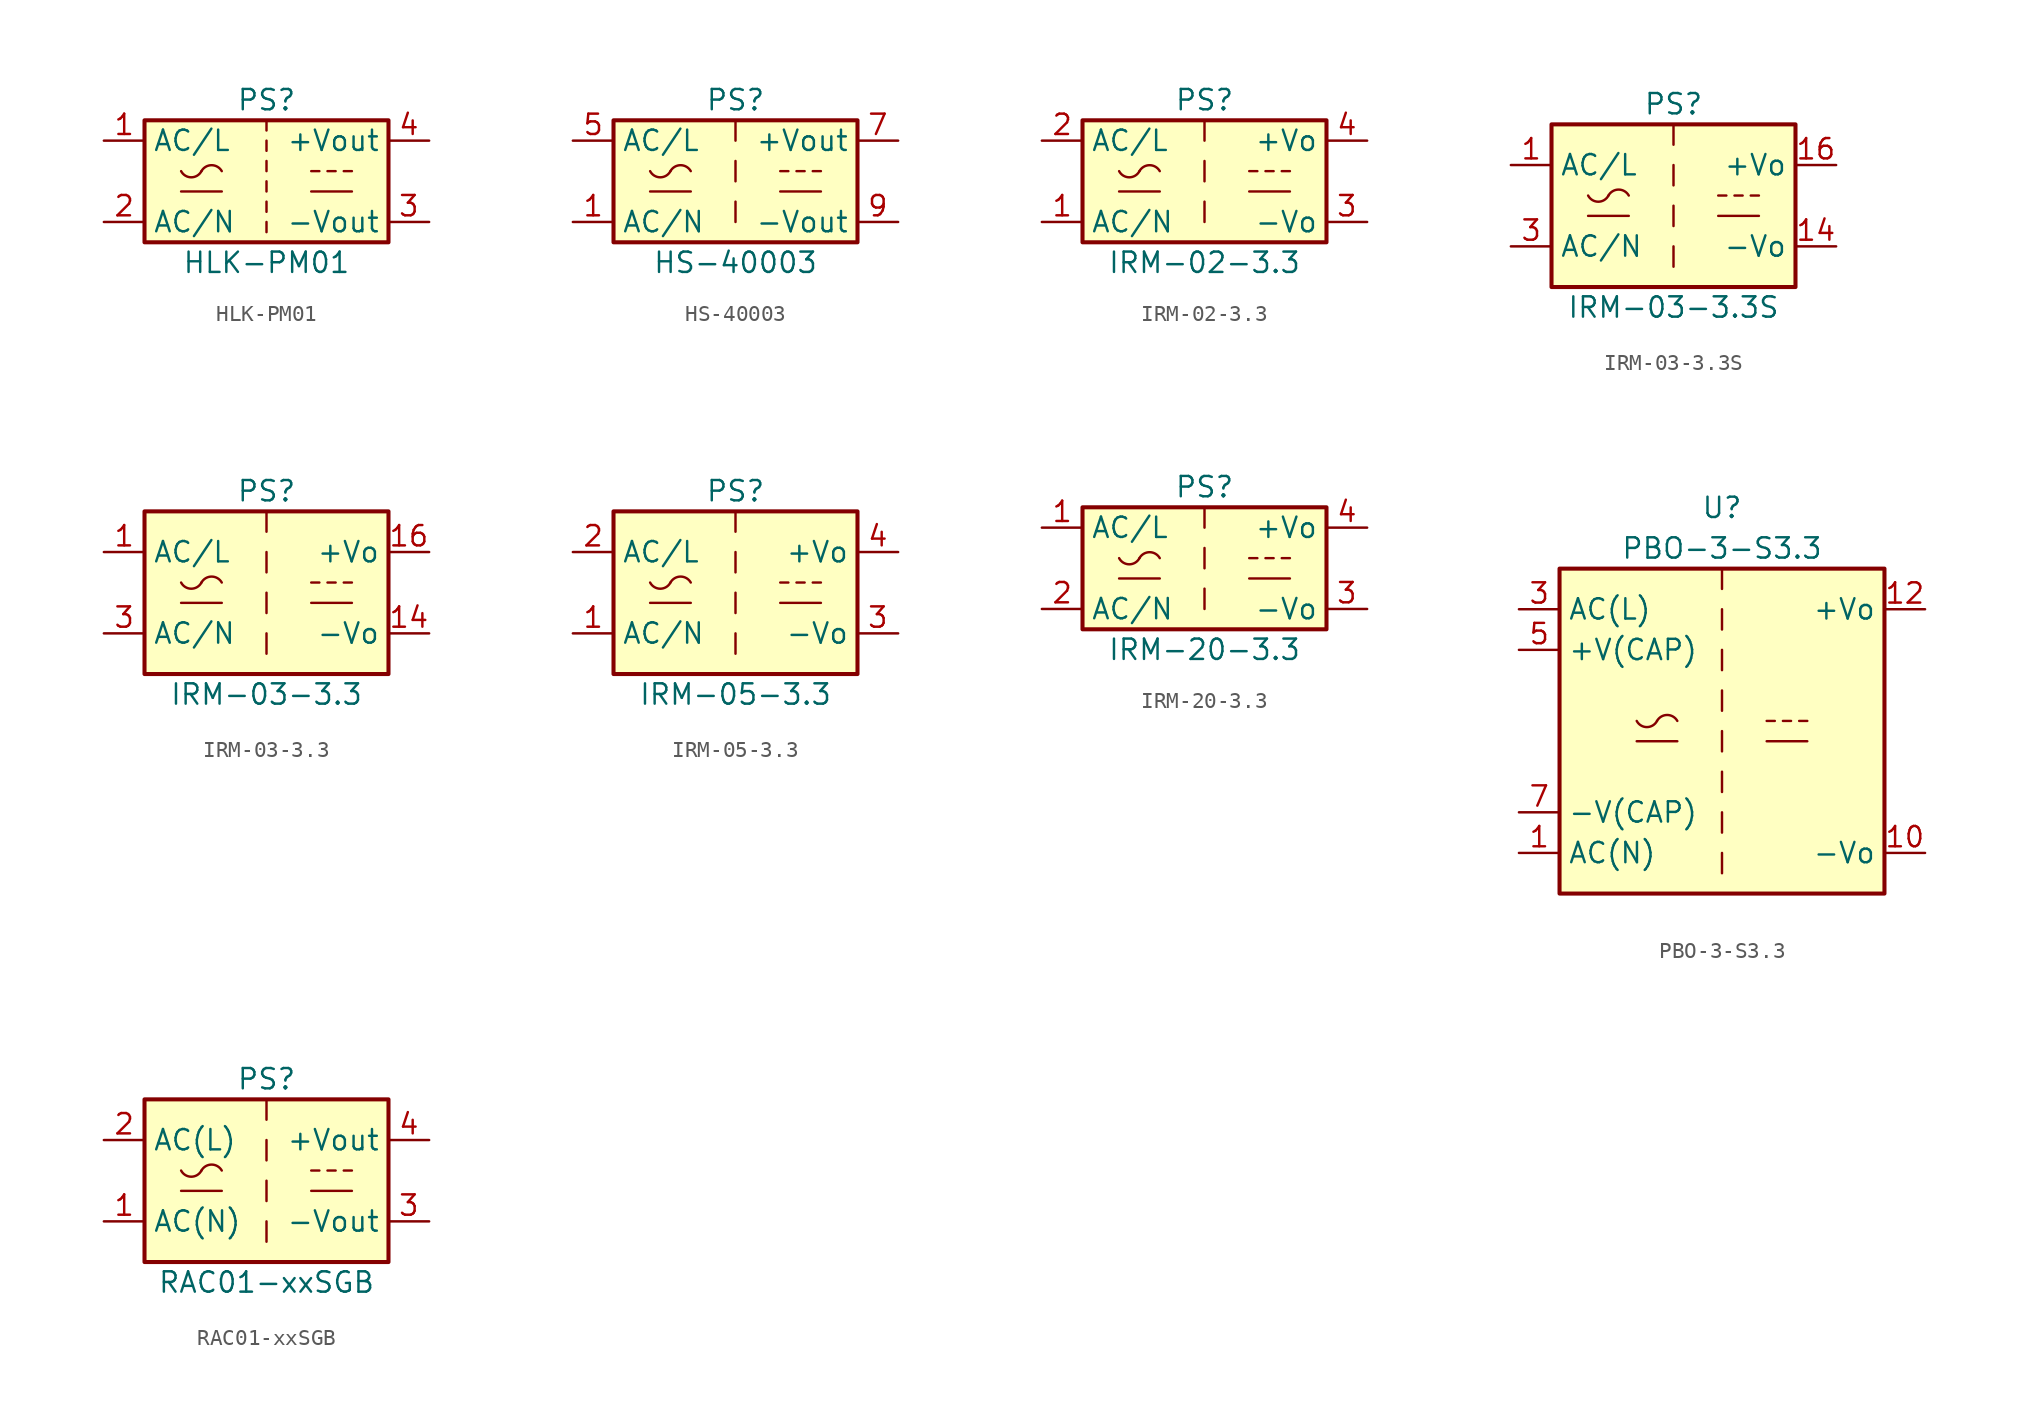
<source format=kicad_sym>
(kicad_symbol_lib
  (version 20201005)
  (generator kicad_symbol_editor)
  (symbol "Converter_ACDC:HLK-PM01"
    (property "Reference" "PS"
      (at 0 5.08 0)
      (effects (font (size 1.27 1.27))))
    (property "Value" "HLK-PM01"
      (at 0 -5.08 0)
      (effects (font (size 1.27 1.27))))
    (symbol "HLK-PM01_0_1"
      (arc (start -5.334 0.635) (end -4.064 0.635) (radius (at -4.699 0.9652) (length 0.7112) (angles -152.5 -27.5)) (stroke (width 0)) (fill (type none)))
      (arc (start -2.794 0.635) (end -4.064 0.635) (radius (at -3.429 0.2794) (length 0.7366) (angles 29.2 150.8)) (stroke (width 0)) (fill (type none)))
      (rectangle (start -7.62 3.81) (end 7.62 -3.81) (stroke (width 0.254)) (fill (type background)))
      (polyline (pts (xy -5.334 -0.635) (xy -2.794 -0.635)) (stroke (width 0)) (fill (type none)))
      (polyline (pts (xy 0 -2.54) (xy 0 -3.175)) (stroke (width 0)) (fill (type none)))
      (polyline (pts (xy 0 -1.27) (xy 0 -1.905)) (stroke (width 0)) (fill (type none)))
      (polyline (pts (xy 0 0) (xy 0 -0.635)) (stroke (width 0)) (fill (type none)))
      (polyline (pts (xy 0 1.27) (xy 0 0.635)) (stroke (width 0)) (fill (type none)))
      (polyline (pts (xy 0 2.54) (xy 0 1.905)) (stroke (width 0)) (fill (type none)))
      (polyline (pts (xy 0 3.81) (xy 0 3.175)) (stroke (width 0)) (fill (type none)))
      (polyline (pts (xy 2.794 -0.635) (xy 5.334 -0.635)) (stroke (width 0)) (fill (type none)))
      (polyline (pts (xy 2.794 0.635) (xy 3.302 0.635)) (stroke (width 0)) (fill (type none)))
      (polyline (pts (xy 3.81 0.635) (xy 4.318 0.635)) (stroke (width 0)) (fill (type none)))
      (polyline (pts (xy 4.826 0.635) (xy 5.334 0.635)) (stroke (width 0)) (fill (type none))))
    (symbol "HLK-PM01_1_1"
      (pin power_in line (at -10.16 2.54 0) (length 2.54) (name "AC/L" (effects (font (size 1.27 1.27)))) (number "1" (effects (font (size 1.27 1.27)))))
      (pin power_in line (at -10.16 -2.54 0) (length 2.54) (name "AC/N" (effects (font (size 1.27 1.27)))) (number "2" (effects (font (size 1.27 1.27)))))
      (pin power_out line (at 10.16 -2.54 180) (length 2.54) (name "-Vout" (effects (font (size 1.27 1.27)))) (number "3" (effects (font (size 1.27 1.27)))))
      (pin power_out line (at 10.16 2.54 180) (length 2.54) (name "+Vout" (effects (font (size 1.27 1.27)))) (number "4" (effects (font (size 1.27 1.27)))))))
  (symbol "Converter_ACDC:HS-40003"
    (property "Reference" "PS"
      (at 0 5.08 0)
      (effects (font (size 1.27 1.27))))
    (property "Value" "HS-40003"
      (at 0 -5.08 0)
      (effects (font (size 1.27 1.27))))
    (symbol "HS-40003_0_1"
      (arc (start -5.334 0.635) (end -4.064 0.635) (radius (at -4.699 0.9652) (length 0.7112) (angles -152.5 -27.5)) (stroke (width 0)) (fill (type none)))
      (arc (start -2.794 0.635) (end -4.064 0.635) (radius (at -3.429 0.2794) (length 0.7366) (angles 29.2 150.8)) (stroke (width 0)) (fill (type none)))
      (rectangle (start -7.62 3.81) (end 7.62 -3.81) (stroke (width 0.254)) (fill (type background)))
      (polyline (pts (xy -5.334 -0.635) (xy -2.794 -0.635)) (stroke (width 0)) (fill (type none)))
      (polyline (pts (xy 2.794 -0.635) (xy 5.334 -0.635)) (stroke (width 0)) (fill (type none)))
      (polyline (pts (xy 2.794 0.635) (xy 3.302 0.635)) (stroke (width 0)) (fill (type none)))
      (polyline (pts (xy 3.81 0.635) (xy 4.318 0.635)) (stroke (width 0)) (fill (type none)))
      (polyline (pts (xy 4.826 0.635) (xy 5.334 0.635)) (stroke (width 0)) (fill (type none))))
    (symbol "HS-40003_1_1"
      (polyline (pts (xy 0 -1.27) (xy 0 -2.54)) (stroke (width 0)) (fill (type none)))
      (polyline (pts (xy 0 1.27) (xy 0 0)) (stroke (width 0)) (fill (type none)))
      (polyline (pts (xy 0 3.81) (xy 0 2.54)) (stroke (width 0)) (fill (type none)))
      (pin power_in line (at -10.16 -2.54 0) (length 2.54) (name "AC/N" (effects (font (size 1.27 1.27)))) (number "1" (effects (font (size 1.27 1.27)))))
      (pin power_in line (at -10.16 2.54 0) (length 2.54) (name "AC/L" (effects (font (size 1.27 1.27)))) (number "5" (effects (font (size 1.27 1.27)))))
      (pin power_out line (at 10.16 2.54 180) (length 2.54) (name "+Vout" (effects (font (size 1.27 1.27)))) (number "7" (effects (font (size 1.27 1.27)))))
      (pin power_out line (at 10.16 -2.54 180) (length 2.54) (name "-Vout" (effects (font (size 1.27 1.27)))) (number "9" (effects (font (size 1.27 1.27)))))))
  (symbol "Converter_ACDC:IRM-02-3.3"
    (property "Reference" "PS"
      (at 0 5.08 0)
      (effects (font (size 1.27 1.27))))
    (property "Value" "IRM-02-3.3"
      (at 0 -5.08 0)
      (effects (font (size 1.27 1.27))))
    (symbol "IRM-02-3.3_0_1"
      (arc (start -5.334 0.635) (end -4.064 0.635) (radius (at -4.699 0.9652) (length 0.7112) (angles -152.5 -27.5)) (stroke (width 0)) (fill (type none)))
      (arc (start -2.794 0.635) (end -4.064 0.635) (radius (at -3.429 0.2794) (length 0.7366) (angles 29.2 150.8)) (stroke (width 0)) (fill (type none)))
      (rectangle (start -7.62 3.81) (end 7.62 -3.81) (stroke (width 0.254)) (fill (type background)))
      (polyline (pts (xy -5.334 -0.635) (xy -2.794 -0.635)) (stroke (width 0)) (fill (type none)))
      (polyline (pts (xy 2.794 -0.635) (xy 5.334 -0.635)) (stroke (width 0)) (fill (type none)))
      (polyline (pts (xy 2.794 0.635) (xy 3.302 0.635)) (stroke (width 0)) (fill (type none)))
      (polyline (pts (xy 3.81 0.635) (xy 4.318 0.635)) (stroke (width 0)) (fill (type none)))
      (polyline (pts (xy 4.826 0.635) (xy 5.334 0.635)) (stroke (width 0)) (fill (type none))))
    (symbol "IRM-02-3.3_1_1"
      (polyline (pts (xy 0 -1.27) (xy 0 -2.54)) (stroke (width 0)) (fill (type none)))
      (polyline (pts (xy 0 1.27) (xy 0 0)) (stroke (width 0)) (fill (type none)))
      (polyline (pts (xy 0 3.81) (xy 0 2.54)) (stroke (width 0)) (fill (type none)))
      (pin power_in line (at -10.16 -2.54 0) (length 2.54) (name "AC/N" (effects (font (size 1.27 1.27)))) (number "1" (effects (font (size 1.27 1.27)))))
      (pin power_in line (at -10.16 2.54 0) (length 2.54) (name "AC/L" (effects (font (size 1.27 1.27)))) (number "2" (effects (font (size 1.27 1.27)))))
      (pin power_out line (at 10.16 -2.54 180) (length 2.54) (name "-Vo" (effects (font (size 1.27 1.27)))) (number "3" (effects (font (size 1.27 1.27)))))
      (pin power_out line (at 10.16 2.54 180) (length 2.54) (name "+Vo" (effects (font (size 1.27 1.27)))) (number "4" (effects (font (size 1.27 1.27)))))))
  (symbol "Converter_ACDC:IRM-03-3.3S"
    (property "Reference" "PS"
      (at 0 6.35 0)
      (effects (font (size 1.27 1.27))))
    (property "Value" "IRM-03-3.3S"
      (at 0 -6.35 0)
      (effects (font (size 1.27 1.27))))
    (symbol "IRM-03-3.3S_0_1"
      (arc (start -5.334 0.635) (end -4.064 0.635) (radius (at -4.699 0.9652) (length 0.7112) (angles -152.5 -27.5)) (stroke (width 0)) (fill (type none)))
      (arc (start -2.794 0.635) (end -4.064 0.635) (radius (at -3.429 0.2794) (length 0.7366) (angles 29.2 150.8)) (stroke (width 0)) (fill (type none)))
      (rectangle (start -7.62 5.08) (end 7.62 -5.08) (stroke (width 0.254)) (fill (type background)))
      (polyline (pts (xy -5.334 -0.635) (xy -2.794 -0.635)) (stroke (width 0)) (fill (type none)))
      (polyline (pts (xy 0 -2.54) (xy 0 -3.81)) (stroke (width 0)) (fill (type none)))
      (polyline (pts (xy 0 0) (xy 0 -1.27)) (stroke (width 0)) (fill (type none)))
      (polyline (pts (xy 0 2.54) (xy 0 1.27)) (stroke (width 0)) (fill (type none)))
      (polyline (pts (xy 0 5.08) (xy 0 3.81)) (stroke (width 0)) (fill (type none)))
      (polyline (pts (xy 2.794 -0.635) (xy 5.334 -0.635)) (stroke (width 0)) (fill (type none)))
      (polyline (pts (xy 2.794 0.635) (xy 3.302 0.635)) (stroke (width 0)) (fill (type none)))
      (polyline (pts (xy 3.81 0.635) (xy 4.318 0.635)) (stroke (width 0)) (fill (type none)))
      (polyline (pts (xy 4.826 0.635) (xy 5.334 0.635)) (stroke (width 0)) (fill (type none))))
    (symbol "IRM-03-3.3S_1_1"
      (pin power_in line (at -10.16 2.54 0) (length 2.54) (name "AC/L" (effects (font (size 1.27 1.27)))) (number "1" (effects (font (size 1.27 1.27)))))
      (pin power_out line (at 10.16 -2.54 180) (length 2.54) (name "-Vo" (effects (font (size 1.27 1.27)))) (number "14" (effects (font (size 1.27 1.27)))))
      (pin power_out line (at 10.16 2.54 180) (length 2.54) (name "+Vo" (effects (font (size 1.27 1.27)))) (number "16" (effects (font (size 1.27 1.27)))))
      (pin power_in line (at -10.16 -2.54 0) (length 2.54) (name "AC/N" (effects (font (size 1.27 1.27)))) (number "3" (effects (font (size 1.27 1.27)))))))
  (symbol "Converter_ACDC:IRM-03-3.3"
    (property "Reference" "PS"
      (at 0 6.35 0)
      (effects (font (size 1.27 1.27))))
    (property "Value" "IRM-03-3.3"
      (at 0 -6.35 0)
      (effects (font (size 1.27 1.27))))
    (symbol "IRM-03-3.3_0_1"
      (arc (start -5.334 0.635) (end -4.064 0.635) (radius (at -4.699 0.9652) (length 0.7112) (angles -152.5 -27.5)) (stroke (width 0)) (fill (type none)))
      (arc (start -2.794 0.635) (end -4.064 0.635) (radius (at -3.429 0.2794) (length 0.7366) (angles 29.2 150.8)) (stroke (width 0)) (fill (type none)))
      (rectangle (start -7.62 5.08) (end 7.62 -5.08) (stroke (width 0.254)) (fill (type background)))
      (polyline (pts (xy -5.334 -0.635) (xy -2.794 -0.635)) (stroke (width 0)) (fill (type none)))
      (polyline (pts (xy 0 -2.54) (xy 0 -3.81)) (stroke (width 0)) (fill (type none)))
      (polyline (pts (xy 0 0) (xy 0 -1.27)) (stroke (width 0)) (fill (type none)))
      (polyline (pts (xy 0 2.54) (xy 0 1.27)) (stroke (width 0)) (fill (type none)))
      (polyline (pts (xy 0 5.08) (xy 0 3.81)) (stroke (width 0)) (fill (type none)))
      (polyline (pts (xy 2.794 -0.635) (xy 5.334 -0.635)) (stroke (width 0)) (fill (type none)))
      (polyline (pts (xy 2.794 0.635) (xy 3.302 0.635)) (stroke (width 0)) (fill (type none)))
      (polyline (pts (xy 3.81 0.635) (xy 4.318 0.635)) (stroke (width 0)) (fill (type none)))
      (polyline (pts (xy 4.826 0.635) (xy 5.334 0.635)) (stroke (width 0)) (fill (type none))))
    (symbol "IRM-03-3.3_1_1"
      (pin power_in line (at -10.16 2.54 0) (length 2.54) (name "AC/L" (effects (font (size 1.27 1.27)))) (number "1" (effects (font (size 1.27 1.27)))))
      (pin power_out line (at 10.16 -2.54 180) (length 2.54) (name "-Vo" (effects (font (size 1.27 1.27)))) (number "14" (effects (font (size 1.27 1.27)))))
      (pin power_out line (at 10.16 2.54 180) (length 2.54) (name "+Vo" (effects (font (size 1.27 1.27)))) (number "16" (effects (font (size 1.27 1.27)))))
      (pin power_in line (at -10.16 -2.54 0) (length 2.54) (name "AC/N" (effects (font (size 1.27 1.27)))) (number "3" (effects (font (size 1.27 1.27)))))
      (pin no_connect line (at -7.62 0 0) (length 2.54) hide (name "NC" (effects (font (size 1.27 1.27)))) (number "5" (effects (font (size 1.27 1.27)))))))
  (symbol "Converter_ACDC:IRM-05-3.3"
    (property "Reference" "PS"
      (at 0 6.35 0)
      (effects (font (size 1.27 1.27))))
    (property "Value" "IRM-05-3.3"
      (at 0 -6.35 0)
      (effects (font (size 1.27 1.27))))
    (symbol "IRM-05-3.3_0_1"
      (arc (start -5.334 0.635) (end -4.064 0.635) (radius (at -4.699 0.9652) (length 0.7112) (angles -152.5 -27.5)) (stroke (width 0)) (fill (type none)))
      (arc (start -2.794 0.635) (end -4.064 0.635) (radius (at -3.429 0.2794) (length 0.7366) (angles 29.2 150.8)) (stroke (width 0)) (fill (type none)))
      (rectangle (start -7.62 5.08) (end 7.62 -5.08) (stroke (width 0.254)) (fill (type background)))
      (polyline (pts (xy -5.334 -0.635) (xy -2.794 -0.635)) (stroke (width 0)) (fill (type none)))
      (polyline (pts (xy 0 -2.54) (xy 0 -3.81)) (stroke (width 0)) (fill (type none)))
      (polyline (pts (xy 0 0) (xy 0 -1.27)) (stroke (width 0)) (fill (type none)))
      (polyline (pts (xy 0 2.54) (xy 0 1.27)) (stroke (width 0)) (fill (type none)))
      (polyline (pts (xy 0 5.08) (xy 0 3.81)) (stroke (width 0)) (fill (type none)))
      (polyline (pts (xy 2.794 -0.635) (xy 5.334 -0.635)) (stroke (width 0)) (fill (type none)))
      (polyline (pts (xy 2.794 0.635) (xy 3.302 0.635)) (stroke (width 0)) (fill (type none)))
      (polyline (pts (xy 3.81 0.635) (xy 4.318 0.635)) (stroke (width 0)) (fill (type none)))
      (polyline (pts (xy 4.826 0.635) (xy 5.334 0.635)) (stroke (width 0)) (fill (type none))))
    (symbol "IRM-05-3.3_1_1"
      (pin power_in line (at -10.16 -2.54 0) (length 2.54) (name "AC/N" (effects (font (size 1.27 1.27)))) (number "1" (effects (font (size 1.27 1.27)))))
      (pin power_in line (at -10.16 2.54 0) (length 2.54) (name "AC/L" (effects (font (size 1.27 1.27)))) (number "2" (effects (font (size 1.27 1.27)))))
      (pin power_out line (at 10.16 -2.54 180) (length 2.54) (name "-Vo" (effects (font (size 1.27 1.27)))) (number "3" (effects (font (size 1.27 1.27)))))
      (pin power_out line (at 10.16 2.54 180) (length 2.54) (name "+Vo" (effects (font (size 1.27 1.27)))) (number "4" (effects (font (size 1.27 1.27)))))))
  (symbol "Converter_ACDC:IRM-20-3.3"
    (property "Reference" "PS"
      (at 0 5.08 0)
      (effects (font (size 1.27 1.27))))
    (property "Value" "IRM-20-3.3"
      (at 0 -5.08 0)
      (effects (font (size 1.27 1.27))))
    (symbol "IRM-20-3.3_0_1"
      (arc (start -5.334 0.635) (end -4.064 0.635) (radius (at -4.699 0.9652) (length 0.7112) (angles -152.5 -27.5)) (stroke (width 0)) (fill (type none)))
      (arc (start -2.794 0.635) (end -4.064 0.635) (radius (at -3.429 0.2794) (length 0.7366) (angles 29.2 150.8)) (stroke (width 0)) (fill (type none)))
      (rectangle (start -7.62 3.81) (end 7.62 -3.81) (stroke (width 0.254)) (fill (type background)))
      (polyline (pts (xy -5.334 -0.635) (xy -2.794 -0.635)) (stroke (width 0)) (fill (type none)))
      (polyline (pts (xy 0 -1.27) (xy 0 -2.54)) (stroke (width 0)) (fill (type none)))
      (polyline (pts (xy 0 1.27) (xy 0 0)) (stroke (width 0)) (fill (type none)))
      (polyline (pts (xy 0 3.81) (xy 0 2.54)) (stroke (width 0)) (fill (type none)))
      (polyline (pts (xy 2.794 -0.635) (xy 5.334 -0.635)) (stroke (width 0)) (fill (type none)))
      (polyline (pts (xy 2.794 0.635) (xy 3.302 0.635)) (stroke (width 0)) (fill (type none)))
      (polyline (pts (xy 3.81 0.635) (xy 4.318 0.635)) (stroke (width 0)) (fill (type none)))
      (polyline (pts (xy 4.826 0.635) (xy 5.334 0.635)) (stroke (width 0)) (fill (type none))))
    (symbol "IRM-20-3.3_1_1"
      (pin power_in line (at -10.16 2.54 0) (length 2.54) (name "AC/L" (effects (font (size 1.27 1.27)))) (number "1" (effects (font (size 1.27 1.27)))))
      (pin power_in line (at -10.16 -2.54 0) (length 2.54) (name "AC/N" (effects (font (size 1.27 1.27)))) (number "2" (effects (font (size 1.27 1.27)))))
      (pin power_out line (at 10.16 -2.54 180) (length 2.54) (name "-Vo" (effects (font (size 1.27 1.27)))) (number "3" (effects (font (size 1.27 1.27)))))
      (pin power_out line (at 10.16 2.54 180) (length 2.54) (name "+Vo" (effects (font (size 1.27 1.27)))) (number "4" (effects (font (size 1.27 1.27)))))))
  (symbol "Converter_ACDC:PBO-3-S3.3"
    (property "Reference" "U"
      (at 0 13.97 0)
      (effects (font (size 1.27 1.27))))
    (property "Value" "PBO-3-S3.3"
      (at 0 11.43 0)
      (effects (font (size 1.27 1.27))))
    (symbol "PBO-3-S3.3_1_1"
      (arc (start -5.334 0.635) (end -4.064 0.635) (radius (at -4.699 0.9652) (length 0.7112) (angles -152.5 -27.5)) (stroke (width 0)) (fill (type none)))
      (arc (start -2.794 0.635) (end -4.064 0.635) (radius (at -3.429 0.2794) (length 0.7366) (angles 29.2 150.8)) (stroke (width 0)) (fill (type none)))
      (rectangle (start -10.16 10.16) (end 10.16 -10.16) (stroke (width 0.254)) (fill (type background)))
      (polyline (pts (xy -5.334 -0.635) (xy -2.794 -0.635)) (stroke (width 0)) (fill (type none)))
      (polyline (pts (xy 0 -7.62) (xy 0 -8.89)) (stroke (width 0)) (fill (type none)))
      (polyline (pts (xy 0 -5.08) (xy 0 -6.35)) (stroke (width 0)) (fill (type none)))
      (polyline (pts (xy 0 -2.54) (xy 0 -3.81)) (stroke (width 0)) (fill (type none)))
      (polyline (pts (xy 0 0) (xy 0 -1.27)) (stroke (width 0)) (fill (type none)))
      (polyline (pts (xy 0 2.54) (xy 0 1.27)) (stroke (width 0)) (fill (type none)))
      (polyline (pts (xy 0 5.08) (xy 0 3.81)) (stroke (width 0)) (fill (type none)))
      (polyline (pts (xy 0 7.62) (xy 0 6.35)) (stroke (width 0)) (fill (type none)))
      (polyline (pts (xy 0 10.16) (xy 0 8.89)) (stroke (width 0)) (fill (type none)))
      (polyline (pts (xy 2.794 -0.635) (xy 5.334 -0.635)) (stroke (width 0)) (fill (type none)))
      (polyline (pts (xy 2.794 0.635) (xy 3.302 0.635)) (stroke (width 0)) (fill (type none)))
      (polyline (pts (xy 3.81 0.635) (xy 4.318 0.635)) (stroke (width 0)) (fill (type none)))
      (polyline (pts (xy 4.826 0.635) (xy 5.334 0.635)) (stroke (width 0)) (fill (type none)))
      (pin power_in line (at -12.7 -7.62 0) (length 2.54) (name "AC(N)" (effects (font (size 1.27 1.27)))) (number "1" (effects (font (size 1.27 1.27)))))
      (pin power_out line (at 12.7 -7.62 180) (length 2.54) (name "-Vo" (effects (font (size 1.27 1.27)))) (number "10" (effects (font (size 1.27 1.27)))))
      (pin power_out line (at 12.7 7.62 180) (length 2.54) (name "+Vo" (effects (font (size 1.27 1.27)))) (number "12" (effects (font (size 1.27 1.27)))))
      (pin power_in line (at -12.7 7.62 0) (length 2.54) (name "AC(L)" (effects (font (size 1.27 1.27)))) (number "3" (effects (font (size 1.27 1.27)))))
      (pin passive line (at -12.7 5.08 0) (length 2.54) (name "+V(CAP)" (effects (font (size 1.27 1.27)))) (number "5" (effects (font (size 1.27 1.27)))))
      (pin passive line (at -12.7 -5.08 0) (length 2.54) (name "-V(CAP)" (effects (font (size 1.27 1.27)))) (number "7" (effects (font (size 1.27 1.27)))))))
  (symbol "Converter_ACDC:RAC01-xxSGB"
    (property "Reference" "PS"
      (at 0 6.35 0)
      (effects (font (size 1.27 1.27))))
    (property "Value" "RAC01-xxSGB"
      (at 0 -6.35 0)
      (effects (font (size 1.27 1.27))))
    (symbol "RAC01-xxSGB_1_1"
      (arc (start -5.334 0.635) (end -4.064 0.635) (radius (at -4.699 0.9652) (length 0.7112) (angles -152.5 -27.5)) (stroke (width 0)) (fill (type none)))
      (arc (start -2.794 0.635) (end -4.064 0.635) (radius (at -3.429 0.2794) (length 0.7366) (angles 29.2 150.8)) (stroke (width 0)) (fill (type none)))
      (rectangle (start -7.62 5.08) (end 7.62 -5.08) (stroke (width 0.254)) (fill (type background)))
      (polyline (pts (xy -5.334 -0.635) (xy -2.794 -0.635)) (stroke (width 0)) (fill (type none)))
      (polyline (pts (xy 0 -2.54) (xy 0 -3.81)) (stroke (width 0)) (fill (type none)))
      (polyline (pts (xy 0 0) (xy 0 -1.27)) (stroke (width 0)) (fill (type none)))
      (polyline (pts (xy 0 2.54) (xy 0 1.27)) (stroke (width 0)) (fill (type none)))
      (polyline (pts (xy 0 5.08) (xy 0 3.81)) (stroke (width 0)) (fill (type none)))
      (polyline (pts (xy 2.794 -0.635) (xy 5.334 -0.635)) (stroke (width 0)) (fill (type none)))
      (polyline (pts (xy 2.794 0.635) (xy 3.302 0.635)) (stroke (width 0)) (fill (type none)))
      (polyline (pts (xy 3.81 0.635) (xy 4.318 0.635)) (stroke (width 0)) (fill (type none)))
      (polyline (pts (xy 4.826 0.635) (xy 5.334 0.635)) (stroke (width 0)) (fill (type none)))
      (pin power_in line (at -10.16 -2.54 0) (length 2.54) (name "AC(N)" (effects (font (size 1.27 1.27)))) (number "1" (effects (font (size 1.27 1.27)))))
      (pin power_in line (at -10.16 2.54 0) (length 2.54) (name "AC(L)" (effects (font (size 1.27 1.27)))) (number "2" (effects (font (size 1.27 1.27)))))
      (pin power_out line (at 10.16 -2.54 180) (length 2.54) (name "-Vout" (effects (font (size 1.27 1.27)))) (number "3" (effects (font (size 1.27 1.27)))))
      (pin power_out line (at 10.16 2.54 180) (length 2.54) (name "+Vout" (effects (font (size 1.27 1.27)))) (number "4" (effects (font (size 1.27 1.27))))))))
</source>
